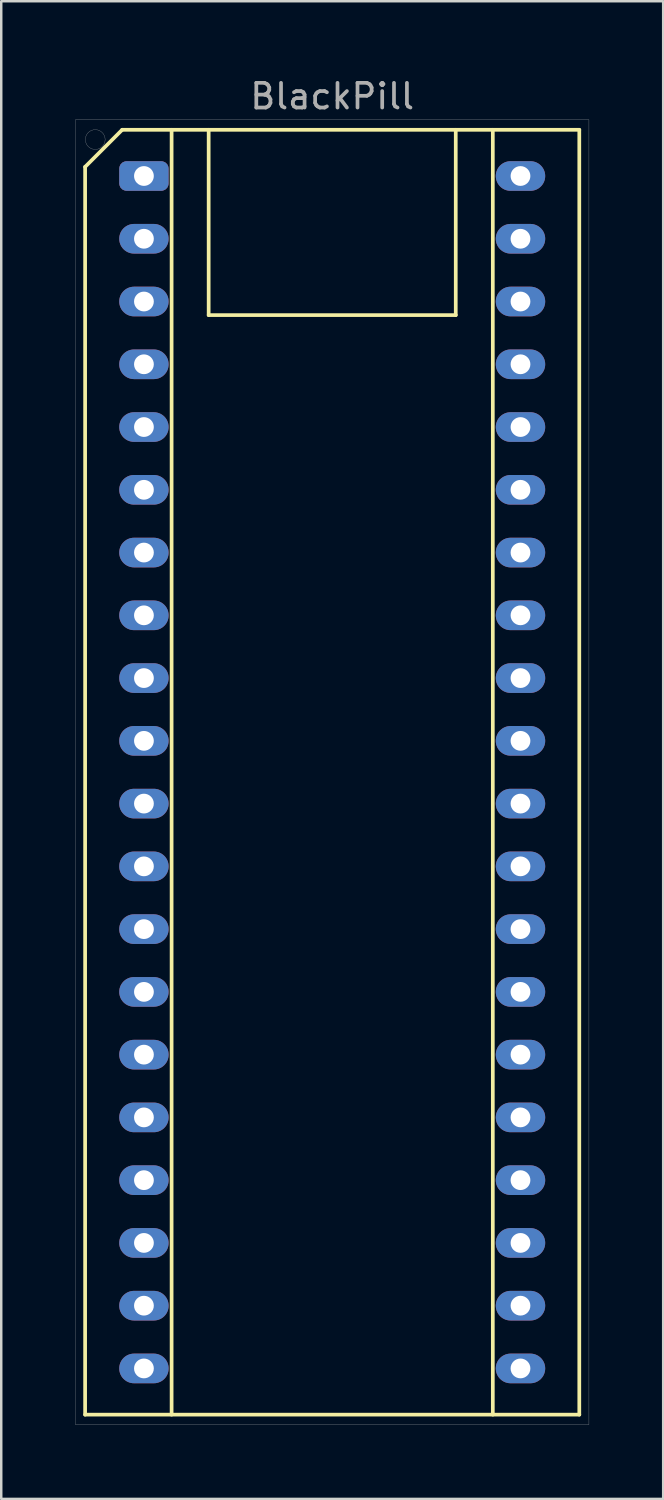
<source format=kicad_pcb>
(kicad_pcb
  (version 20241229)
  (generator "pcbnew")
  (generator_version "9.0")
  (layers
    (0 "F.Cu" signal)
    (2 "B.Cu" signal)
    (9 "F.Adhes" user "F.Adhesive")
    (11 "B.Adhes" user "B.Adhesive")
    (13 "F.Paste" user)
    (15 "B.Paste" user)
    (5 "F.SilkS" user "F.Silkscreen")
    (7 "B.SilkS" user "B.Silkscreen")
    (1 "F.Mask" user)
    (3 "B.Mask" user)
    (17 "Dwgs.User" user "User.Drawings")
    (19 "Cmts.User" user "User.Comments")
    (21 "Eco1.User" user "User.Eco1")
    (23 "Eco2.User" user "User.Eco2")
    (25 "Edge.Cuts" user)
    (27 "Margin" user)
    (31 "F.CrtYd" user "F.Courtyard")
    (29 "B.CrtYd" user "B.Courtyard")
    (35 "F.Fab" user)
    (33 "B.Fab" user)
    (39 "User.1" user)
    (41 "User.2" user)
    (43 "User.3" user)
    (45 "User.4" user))
  (footprint "BlackPill"
    (layer "F.Cu")
    (at 10.395 28.203)
    (property "Reference" "BlackPill" (at 0 -27.355 0) (layer "F.Fab") (effects (font (size 1 1) (thickness 0.15))))
    (attr through_hole)
    (fp_line (start -10 -24.5) (end -8.5 -26) (stroke (width 0.15) (type solid)) (layer "F.SilkS"))
    (fp_line (start -10 26) (end -10 -24.5) (stroke (width 0.15) (type solid)) (layer "F.SilkS"))
    (fp_line (start -8.5 -26) (end 10 -26) (stroke (width 0.15) (type solid)) (layer "F.SilkS"))
    (fp_line (start -6.5 -26) (end -6.5 26) (stroke (width 0.15) (type solid)) (layer "F.SilkS"))
    (fp_line (start -5 -26) (end -5 -18.5) (stroke (width 0.15) (type solid)) (layer "F.SilkS"))
    (fp_line (start -5 -18.5) (end 5 -18.5) (stroke (width 0.15) (type solid)) (layer "F.SilkS"))
    (fp_line (start 5 -18.5) (end 5 -26) (stroke (width 0.15) (type solid)) (layer "F.SilkS"))
    (fp_line (start 6.5 26) (end 6.5 -26) (stroke (width 0.15) (type solid)) (layer "F.SilkS"))
    (fp_line (start 10 -26) (end 10 26) (stroke (width 0.15) (type solid)) (layer "F.SilkS"))
    (fp_line (start 10 26) (end -10 26) (stroke (width 0.15) (type solid)) (layer "F.SilkS"))
    (fp_line (start -10.39 -26.405) (end 10.39 -26.405) (stroke (width 0.01) (type solid)) (layer "F.Fab"))
    (fp_line (start -10.39 26.405) (end -10.39 -26.405) (stroke (width 0.01) (type solid)) (layer "F.Fab"))
    (fp_line (start 10.39 -26.405) (end 10.39 26.405) (stroke (width 0.01) (type solid)) (layer "F.Fab"))
    (fp_line (start 10.39 26.405) (end -10.39 26.405) (stroke (width 0.01) (type solid)) (layer "F.Fab"))
    (fp_circle (center -9.59 -25.605) (end -9.59 -25.205) (stroke (width 0.01) (type solid)) (fill no) (layer "F.Fab"))
    (pad "1" thru_hole roundrect (at -7.62 -24.13) (size 2 1.2) (drill 0.8) (layers "*.Cu" "*.Mask") (roundrect_rratio 0.25))
    (pad "2" thru_hole oval (at -7.62 -21.59) (size 2 1.2) (drill 0.8) (layers "*.Cu" "*.Mask"))
    (pad "3" thru_hole oval (at -7.62 -19.05) (size 2 1.2) (drill 0.8) (layers "*.Cu" "*.Mask"))
    (pad "4" thru_hole oval (at -7.62 -16.51) (size 2 1.2) (drill 0.8) (layers "*.Cu" "*.Mask"))
    (pad "5" thru_hole oval (at -7.62 -13.97) (size 2 1.2) (drill 0.8) (layers "*.Cu" "*.Mask"))
    (pad "6" thru_hole oval (at -7.62 -11.43) (size 2 1.2) (drill 0.8) (layers "*.Cu" "*.Mask"))
    (pad "7" thru_hole oval (at -7.62 -8.89) (size 2 1.2) (drill 0.8) (layers "*.Cu" "*.Mask"))
    (pad "8" thru_hole oval (at -7.62 -6.35) (size 2 1.2) (drill 0.8) (layers "*.Cu" "*.Mask"))
    (pad "9" thru_hole oval (at -7.62 -3.81) (size 2 1.2) (drill 0.8) (layers "*.Cu" "*.Mask"))
    (pad "10" thru_hole oval (at -7.62 -1.27) (size 2 1.2) (drill 0.8) (layers "*.Cu" "*.Mask"))
    (pad "11" thru_hole oval (at -7.62 1.27) (size 2 1.2) (drill 0.8) (layers "*.Cu" "*.Mask"))
    (pad "12" thru_hole oval (at -7.62 3.81) (size 2 1.2) (drill 0.8) (layers "*.Cu" "*.Mask"))
    (pad "13" thru_hole oval (at -7.62 6.35) (size 2 1.2) (drill 0.8) (layers "*.Cu" "*.Mask"))
    (pad "14" thru_hole oval (at -7.62 8.89) (size 2 1.2) (drill 0.8) (layers "*.Cu" "*.Mask"))
    (pad "15" thru_hole oval (at -7.62 11.43) (size 2 1.2) (drill 0.8) (layers "*.Cu" "*.Mask"))
    (pad "16" thru_hole oval (at -7.62 13.97) (size 2 1.2) (drill 0.8) (layers "*.Cu" "*.Mask"))
    (pad "17" thru_hole oval (at -7.62 16.51) (size 2 1.2) (drill 0.8) (layers "*.Cu" "*.Mask"))
    (pad "18" thru_hole oval (at -7.62 19.05) (size 2 1.2) (drill 0.8) (layers "*.Cu" "*.Mask"))
    (pad "19" thru_hole oval (at -7.62 21.59) (size 2 1.2) (drill 0.8) (layers "*.Cu" "*.Mask"))
    (pad "20" thru_hole oval (at -7.62 24.13) (size 2 1.2) (drill 0.8) (layers "*.Cu" "*.Mask"))
    (pad "21" thru_hole oval (at 7.62 24.13) (size 2 1.2) (drill 0.8) (layers "*.Cu" "*.Mask"))
    (pad "22" thru_hole oval (at 7.62 21.59) (size 2 1.2) (drill 0.8) (layers "*.Cu" "*.Mask"))
    (pad "23" thru_hole oval (at 7.62 19.05) (size 2 1.2) (drill 0.8) (layers "*.Cu" "*.Mask"))
    (pad "24" thru_hole oval (at 7.62 16.51) (size 2 1.2) (drill 0.8) (layers "*.Cu" "*.Mask"))
    (pad "25" thru_hole oval (at 7.62 13.97) (size 2 1.2) (drill 0.8) (layers "*.Cu" "*.Mask"))
    (pad "26" thru_hole oval (at 7.62 11.43) (size 2 1.2) (drill 0.8) (layers "*.Cu" "*.Mask"))
    (pad "27" thru_hole oval (at 7.62 8.89) (size 2 1.2) (drill 0.8) (layers "*.Cu" "*.Mask"))
    (pad "28" thru_hole oval (at 7.62 6.35) (size 2 1.2) (drill 0.8) (layers "*.Cu" "*.Mask"))
    (pad "29" thru_hole oval (at 7.62 3.81) (size 2 1.2) (drill 0.8) (layers "*.Cu" "*.Mask"))
    (pad "30" thru_hole oval (at 7.62 1.27) (size 2 1.2) (drill 0.8) (layers "*.Cu" "*.Mask"))
    (pad "31" thru_hole oval (at 7.62 -1.27) (size 2 1.2) (drill 0.8) (layers "*.Cu" "*.Mask"))
    (pad "32" thru_hole oval (at 7.62 -3.81) (size 2 1.2) (drill 0.8) (layers "*.Cu" "*.Mask"))
    (pad "33" thru_hole oval (at 7.62 -6.35) (size 2 1.2) (drill 0.8) (layers "*.Cu" "*.Mask"))
    (pad "34" thru_hole oval (at 7.62 -8.89) (size 2 1.2) (drill 0.8) (layers "*.Cu" "*.Mask"))
    (pad "35" thru_hole oval (at 7.62 -11.43) (size 2 1.2) (drill 0.8) (layers "*.Cu" "*.Mask"))
    (pad "36" thru_hole oval (at 7.62 -13.97) (size 2 1.2) (drill 0.8) (layers "*.Cu" "*.Mask"))
    (pad "37" thru_hole oval (at 7.62 -16.51) (size 2 1.2) (drill 0.8) (layers "*.Cu" "*.Mask"))
    (pad "38" thru_hole oval (at 7.62 -19.05) (size 2 1.2) (drill 0.8) (layers "*.Cu" "*.Mask"))
    (pad "39" thru_hole oval (at 7.62 -21.59) (size 2 1.2) (drill 0.8) (layers "*.Cu" "*.Mask"))
    (pad "40" thru_hole oval (at 7.62 -24.13) (size 2 1.2) (drill 0.8) (layers "*.Cu" "*.Mask")))
  (gr_rect
    (start -3 -3)
    (end 23.79 57.613)
    (stroke (width 0.1) (type default))
    (fill no)
    (layer "Edge.Cuts")))
</source>
